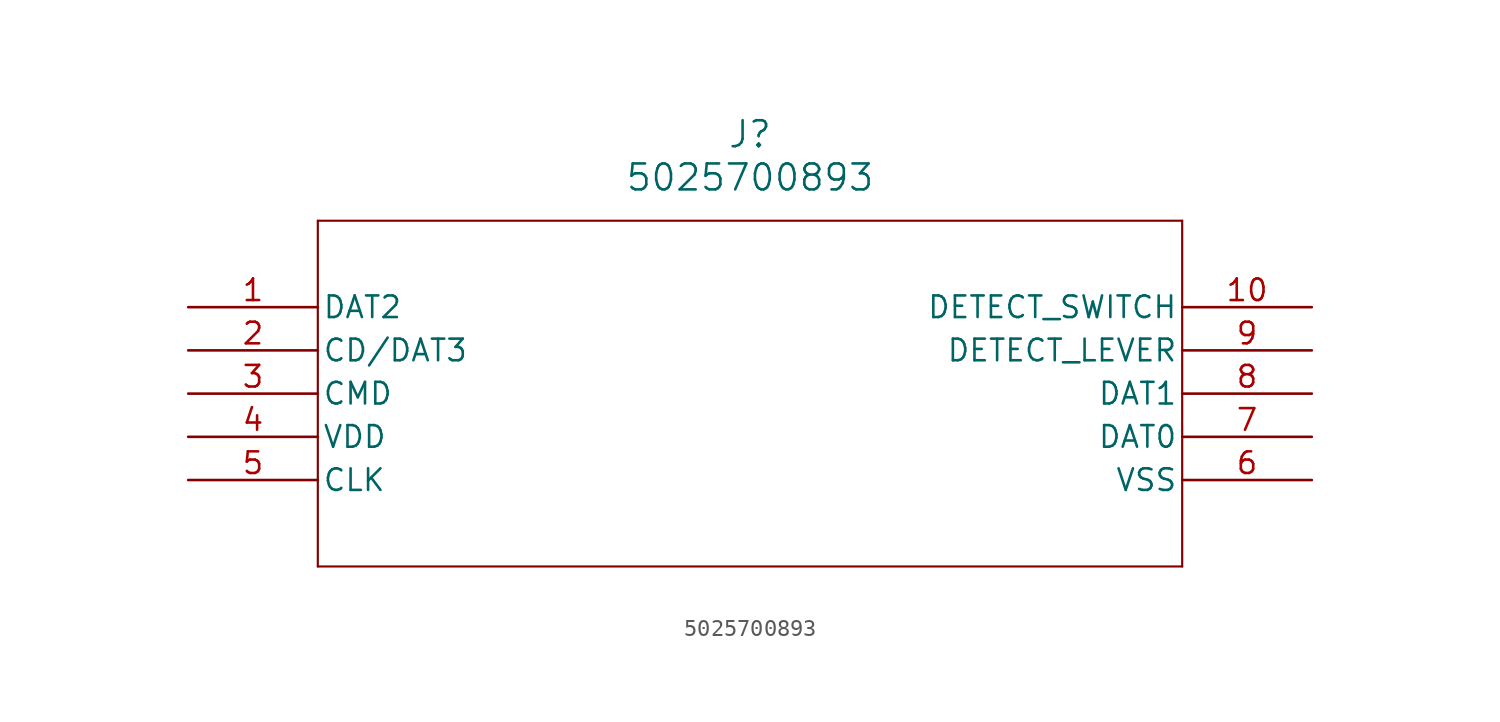
<source format=kicad_sym>
(kicad_symbol_lib
  (version 20211014)
  (generator kicad_symbol_editor)
  (symbol "5025700893"
    (pin_names
      (offset 0.254))
    (property "Reference" "J"
      (at 33.02 10.16 0)
      (effects (font (size 1.524 1.524))))
    (property "Value" "5025700893"
      (at 33.02 7.62 0)
      (effects (font (size 1.524 1.524))))
    (symbol "5025700893_0_1"
      (polyline (pts (xy 7.62 5.08) (xy 7.62 -15.24)) (stroke (width 0.127) (type default) (color 0 0 0 0)) (fill (type none)))
      (polyline (pts (xy 7.62 -15.24) (xy 58.42 -15.24)) (stroke (width 0.127) (type default) (color 0 0 0 0)) (fill (type none)))
      (polyline (pts (xy 58.42 -15.24) (xy 58.42 5.08)) (stroke (width 0.127) (type default) (color 0 0 0 0)) (fill (type none)))
      (polyline (pts (xy 58.42 5.08) (xy 7.62 5.08)) (stroke (width 0.127) (type default) (color 0 0 0 0)) (fill (type none)))
      (pin bidirectional line (at 0 0 0) (length 7.62) (name "DAT2" (effects (font (size 1.27 1.27)))) (number "1" (effects (font (size 1.27 1.27)))))
      (pin unspecified line (at 0 -2.54 0) (length 7.62) (name "CD/DAT3" (effects (font (size 1.27 1.27)))) (number "2" (effects (font (size 1.27 1.27)))))
      (pin unspecified line (at 0 -5.08 0) (length 7.62) (name "CMD" (effects (font (size 1.27 1.27)))) (number "3" (effects (font (size 1.27 1.27)))))
      (pin power_in line (at 0 -7.62 0) (length 7.62) (name "VDD" (effects (font (size 1.27 1.27)))) (number "4" (effects (font (size 1.27 1.27)))))
      (pin unspecified line (at 0 -10.16 0) (length 7.62) (name "CLK" (effects (font (size 1.27 1.27)))) (number "5" (effects (font (size 1.27 1.27)))))
      (pin power_out line (at 66.04 -10.16 180) (length 7.62) (name "VSS" (effects (font (size 1.27 1.27)))) (number "6" (effects (font (size 1.27 1.27)))))
      (pin bidirectional line (at 66.04 -7.62 180) (length 7.62) (name "DAT0" (effects (font (size 1.27 1.27)))) (number "7" (effects (font (size 1.27 1.27)))))
      (pin bidirectional line (at 66.04 -5.08 180) (length 7.62) (name "DAT1" (effects (font (size 1.27 1.27)))) (number "8" (effects (font (size 1.27 1.27)))))
      (pin unspecified line (at 66.04 -2.54 180) (length 7.62) (name "DETECT_LEVER" (effects (font (size 1.27 1.27)))) (number "9" (effects (font (size 1.27 1.27)))))
      (pin unspecified line (at 66.04 0 180) (length 7.62) (name "DETECT_SWITCH" (effects (font (size 1.27 1.27)))) (number "10" (effects (font (size 1.27 1.27))))))))
</source>
